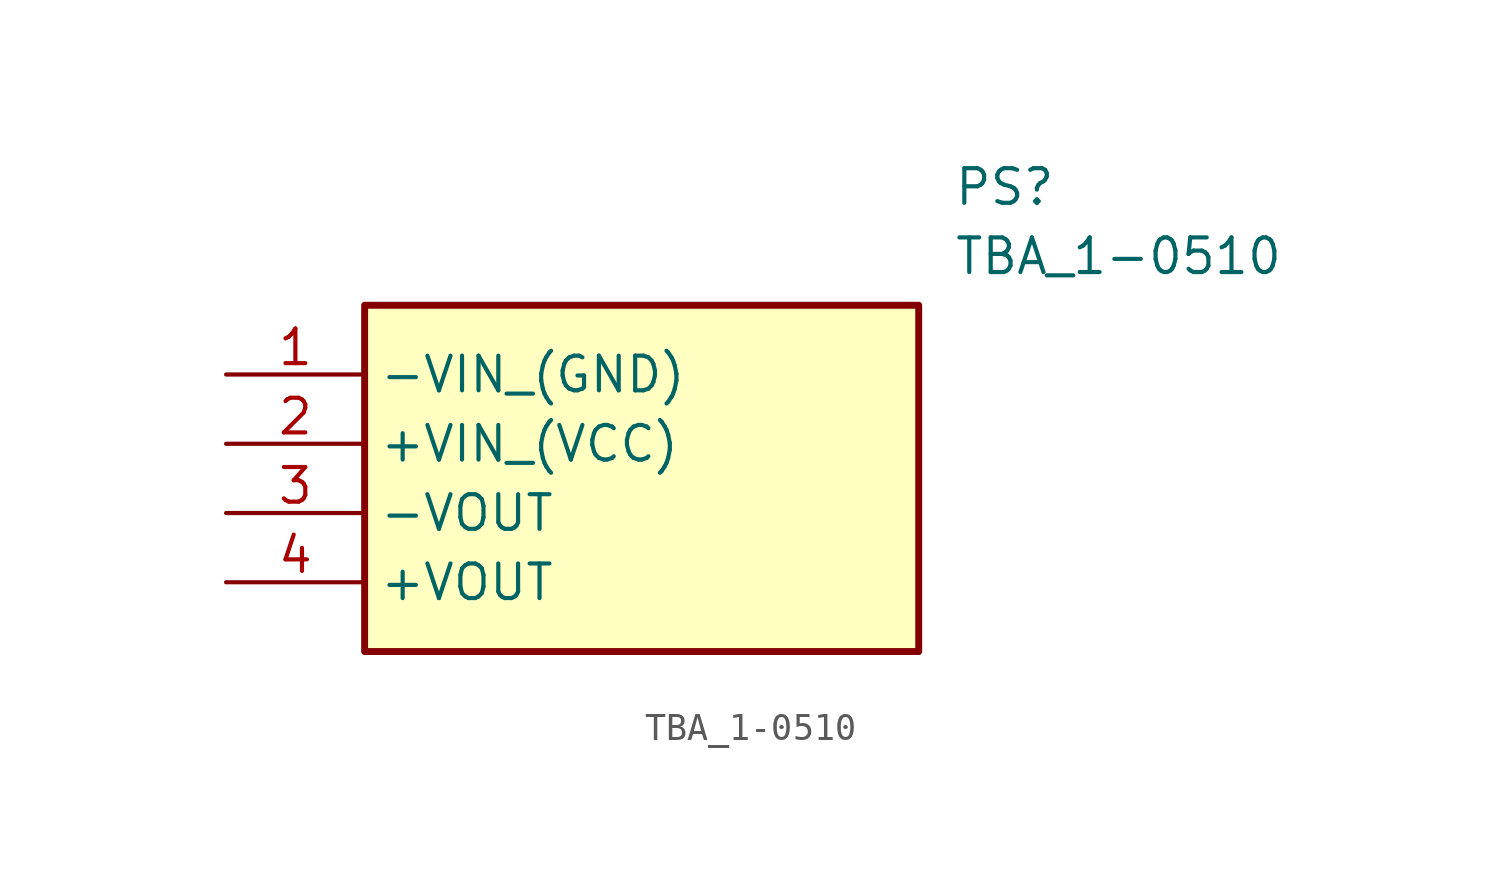
<source format=kicad_sym>
(kicad_symbol_lib
  (version 20211014)
  (generator SamacSys_ECAD_Model)
  (symbol "TBA_1-0510"
    (property "Reference" "PS"
      (at 26.67 7.62 0)
      (effects (font (size 1.27 1.27)) (justify left top)))
    (property "Value" "TBA_1-0510"
      (at 26.67 5.08 0)
      (effects (font (size 1.27 1.27)) (justify left top)))
    (rectangle
      (start 5.08 2.54)
      (end 25.4 -10.16)
      (stroke (width 0.254) (type default))
      (fill (type background)))
    (pin passive line
      (at 0 0 0)
      (length 5.08)
      (name "-VIN_(GND)" (effects (font (size 1.27 1.27))))
      (number "1" (effects (font (size 1.27 1.27)))))
    (pin passive line
      (at 0 -2.54 0)
      (length 5.08)
      (name "+VIN_(VCC)" (effects (font (size 1.27 1.27))))
      (number "2" (effects (font (size 1.27 1.27)))))
    (pin passive line
      (at 0 -5.08 0)
      (length 5.08)
      (name "-VOUT" (effects (font (size 1.27 1.27))))
      (number "3" (effects (font (size 1.27 1.27)))))
    (pin passive line
      (at 0 -7.62 0)
      (length 5.08)
      (name "+VOUT" (effects (font (size 1.27 1.27))))
      (number "4" (effects (font (size 1.27 1.27)))))))
</source>
